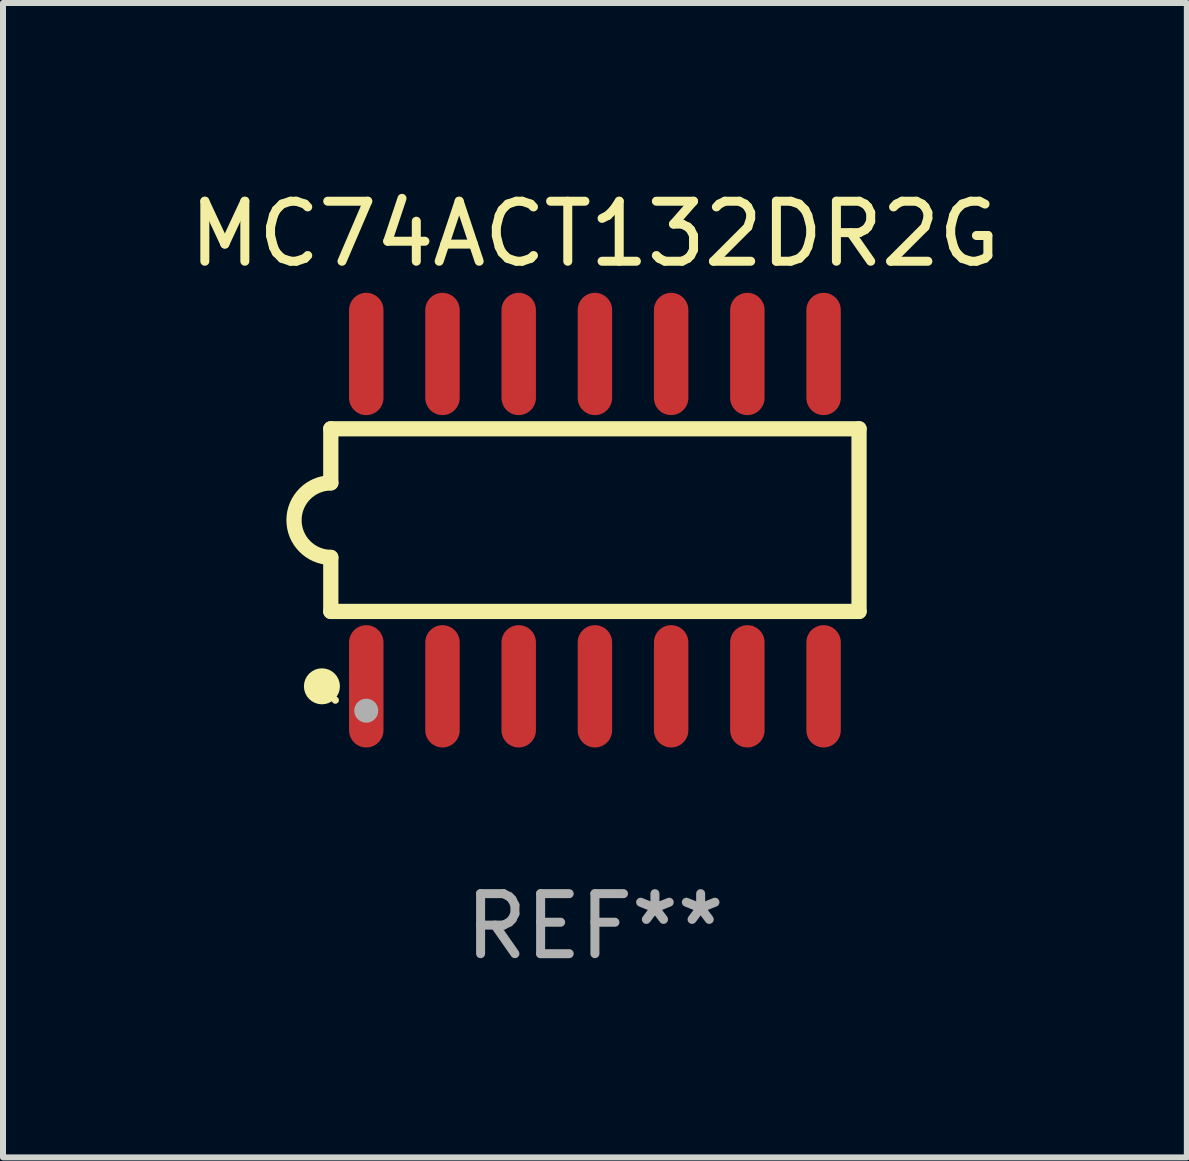
<source format=kicad_pcb>
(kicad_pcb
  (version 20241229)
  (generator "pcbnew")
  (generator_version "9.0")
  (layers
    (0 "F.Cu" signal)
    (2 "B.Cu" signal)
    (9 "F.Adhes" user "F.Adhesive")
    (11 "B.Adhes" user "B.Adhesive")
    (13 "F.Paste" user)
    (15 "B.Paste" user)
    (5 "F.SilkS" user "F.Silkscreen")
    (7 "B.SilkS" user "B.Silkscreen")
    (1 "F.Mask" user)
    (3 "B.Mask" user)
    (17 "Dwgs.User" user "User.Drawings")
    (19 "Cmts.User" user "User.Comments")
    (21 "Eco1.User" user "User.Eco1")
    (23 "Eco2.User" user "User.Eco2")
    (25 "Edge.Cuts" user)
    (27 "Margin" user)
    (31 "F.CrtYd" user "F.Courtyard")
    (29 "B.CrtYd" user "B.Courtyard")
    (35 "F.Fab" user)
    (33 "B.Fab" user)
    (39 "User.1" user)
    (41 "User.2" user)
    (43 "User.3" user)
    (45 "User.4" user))
  (footprint "MC74ACT132DR2G"
    (layer "F.Cu")
    (at 6.863 5.617)
    (property "Reference" "MC74ACT132DR2G" (at 0 -4.769 0) (layer "F.SilkS") (effects (font (size 1 1) (thickness 0.15))))
    (attr through_hole)
    (fp_line (start -4.401 -1.522) (end -4.401 -0.622) (stroke (width 0.254) (type solid)) (layer "F.SilkS"))
    (fp_line (start -4.401 -1.522) (end 4.401 -1.522) (stroke (width 0.254) (type solid)) (layer "F.SilkS"))
    (fp_line (start -4.401 1.521) (end -4.401 0.621) (stroke (width 0.254) (type solid)) (layer "F.SilkS"))
    (fp_line (start 4.401 -1.522) (end 4.401 1.521) (stroke (width 0.254) (type solid)) (layer "F.SilkS"))
    (fp_line (start 4.401 1.521) (end -4.401 1.521) (stroke (width 0.254) (type solid)) (layer "F.SilkS"))
    (fp_arc (start -4.401219 0.621311) (mid -5.021261 -0.000419) (end -4.400101 -0.621032) (stroke (width 0.254001) (type solid)) (layer "F.SilkS"))
    (fp_circle (center -4.549 2.769) (end -4.399 2.769) (stroke (width 0.3) (type solid)) (fill no) (layer "F.SilkS"))
    (fp_circle (center -4.325 3) (end -4.295 3) (stroke (width 0.06) (type solid)) (fill no) (layer "F.SilkS"))
    (fp_circle (center -3.81 3.175) (end -3.71 3.175) (stroke (width 0.2) (type solid)) (fill no) (layer "F.Fab"))
    (fp_text user "REF**" (at 0 6.769 0) (layer "F.Fab") (effects (font (size 1 1) (thickness 0.15))))
    (pad "1" smd oval (at -3.81 2.769) (size 0.574 2.038) (layers "F.Cu" "F.Mask" "F.Paste"))
    (pad "2" smd oval (at -2.54 2.769) (size 0.574 2.038) (layers "F.Cu" "F.Mask" "F.Paste"))
    (pad "3" smd oval (at -1.27 2.769) (size 0.574 2.038) (layers "F.Cu" "F.Mask" "F.Paste"))
    (pad "4" smd oval (at -0.000051 2.769) (size 0.574 2.038) (layers "F.Cu" "F.Mask" "F.Paste"))
    (pad "5" smd oval (at 1.27 2.769) (size 0.574 2.038) (layers "F.Cu" "F.Mask" "F.Paste"))
    (pad "6" smd oval (at 2.54 2.769) (size 0.574 2.038) (layers "F.Cu" "F.Mask" "F.Paste"))
    (pad "7" smd oval (at 3.81 2.769) (size 0.574 2.038) (layers "F.Cu" "F.Mask" "F.Paste"))
    (pad "8" smd oval (at 3.81 -2.769) (size 0.574 2.038) (layers "F.Cu" "F.Mask" "F.Paste"))
    (pad "9" smd oval (at 2.54 -2.769) (size 0.574 2.038) (layers "F.Cu" "F.Mask" "F.Paste"))
    (pad "10" smd oval (at 1.27 -2.769) (size 0.574 2.038) (layers "F.Cu" "F.Mask" "F.Paste"))
    (pad "11" smd oval (at -0.000051 -2.769) (size 0.574 2.038) (layers "F.Cu" "F.Mask" "F.Paste"))
    (pad "12" smd oval (at -1.27 -2.769) (size 0.574 2.038) (layers "F.Cu" "F.Mask" "F.Paste"))
    (pad "13" smd oval (at -2.54 -2.769) (size 0.574 2.038) (layers "F.Cu" "F.Mask" "F.Paste"))
    (pad "14" smd oval (at -3.81 -2.769) (size 0.574 2.038) (layers "F.Cu" "F.Mask" "F.Paste")))
  (gr_rect
    (start -3 -3)
    (end 16.726 16.235)
    (stroke (width 0.1) (type default))
    (fill no)
    (layer "Edge.Cuts")))
</source>
